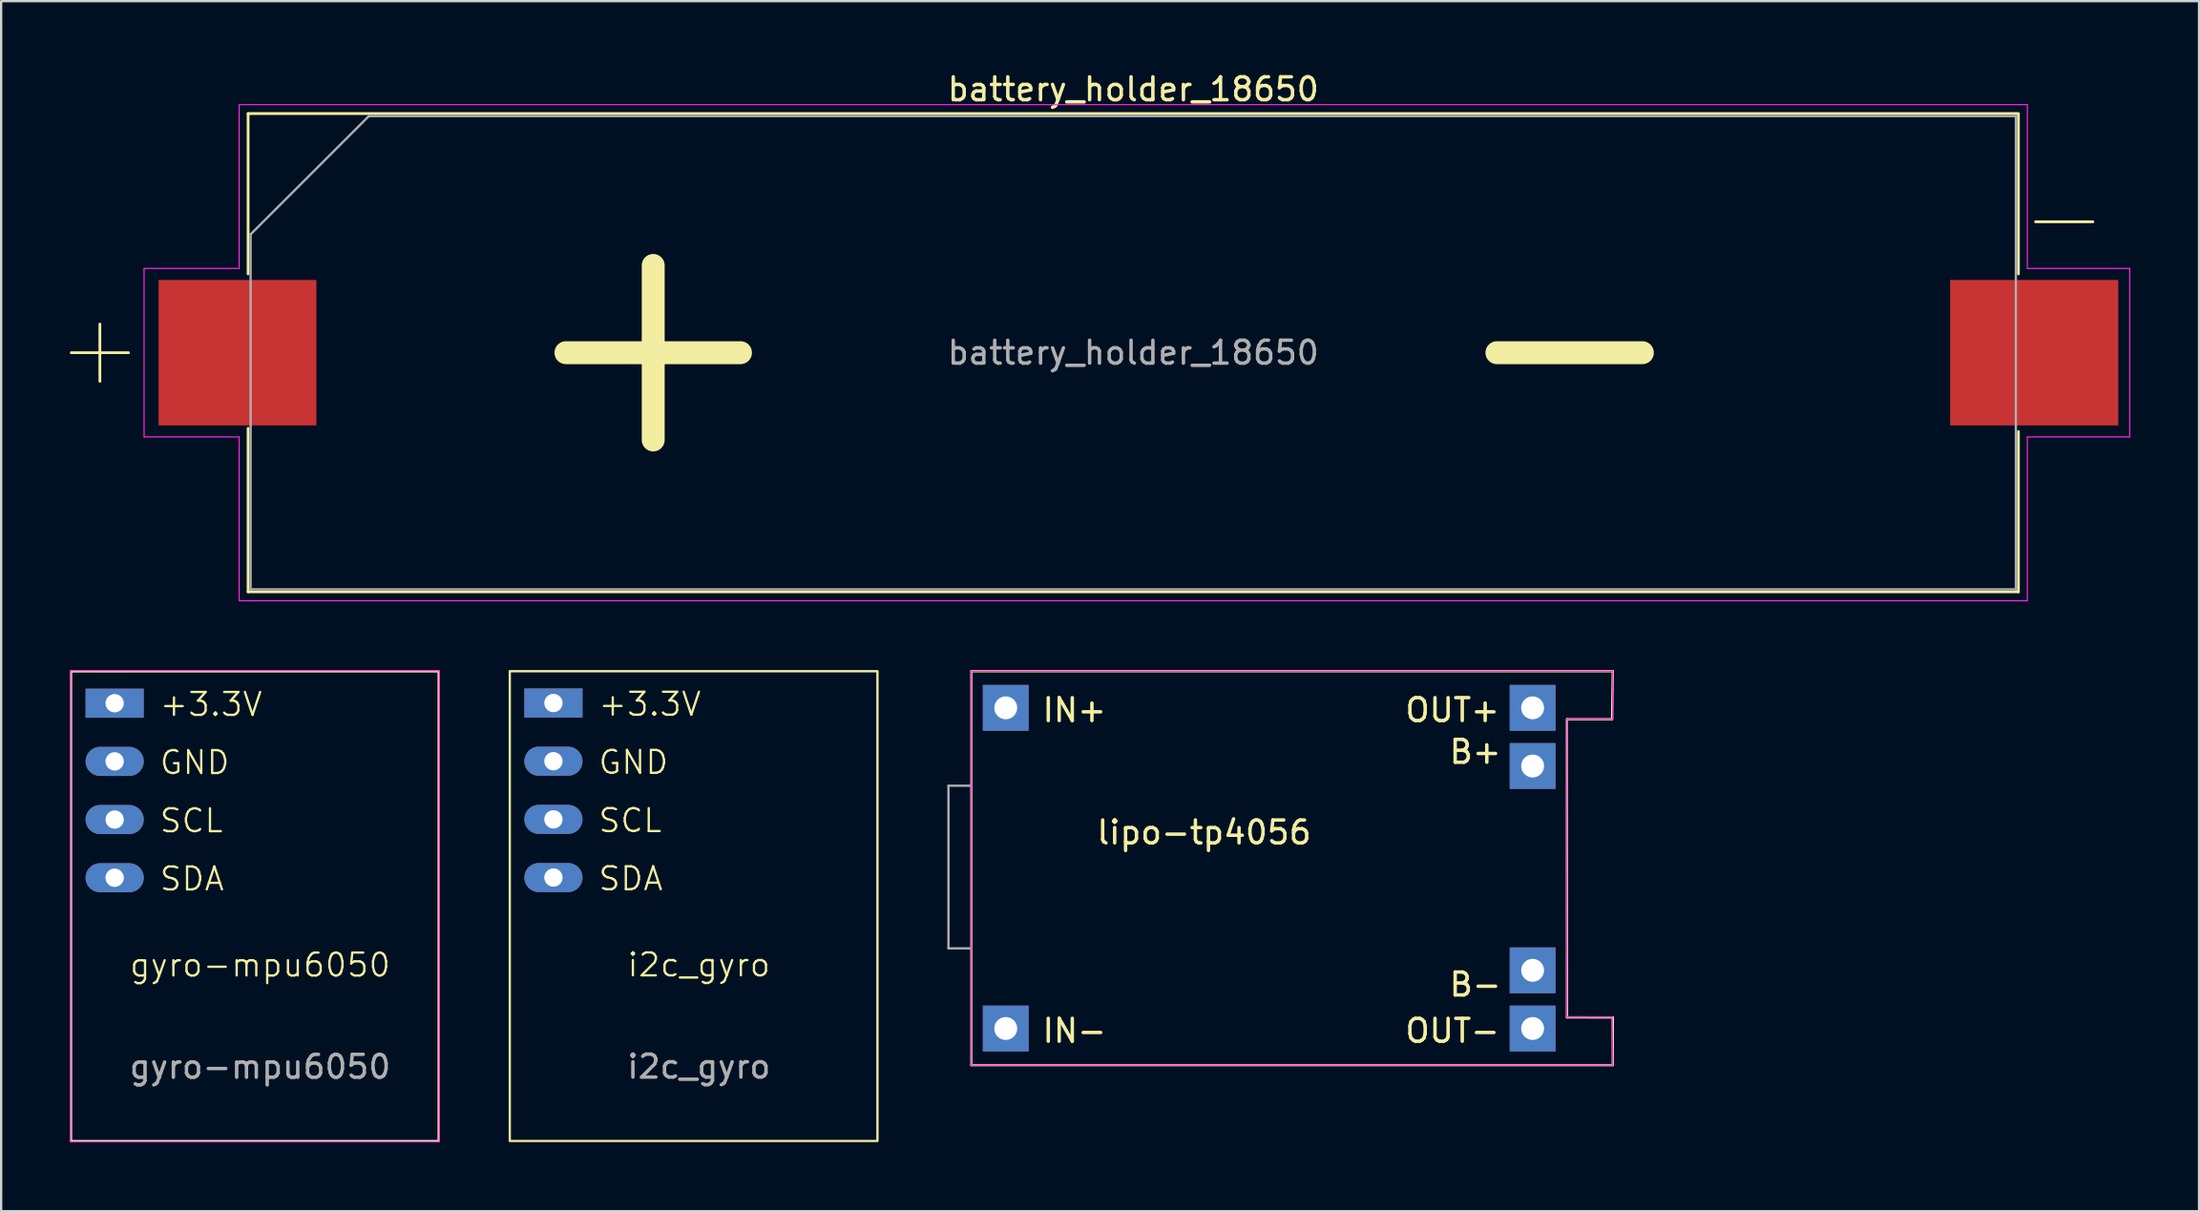
<source format=kicad_pcb>
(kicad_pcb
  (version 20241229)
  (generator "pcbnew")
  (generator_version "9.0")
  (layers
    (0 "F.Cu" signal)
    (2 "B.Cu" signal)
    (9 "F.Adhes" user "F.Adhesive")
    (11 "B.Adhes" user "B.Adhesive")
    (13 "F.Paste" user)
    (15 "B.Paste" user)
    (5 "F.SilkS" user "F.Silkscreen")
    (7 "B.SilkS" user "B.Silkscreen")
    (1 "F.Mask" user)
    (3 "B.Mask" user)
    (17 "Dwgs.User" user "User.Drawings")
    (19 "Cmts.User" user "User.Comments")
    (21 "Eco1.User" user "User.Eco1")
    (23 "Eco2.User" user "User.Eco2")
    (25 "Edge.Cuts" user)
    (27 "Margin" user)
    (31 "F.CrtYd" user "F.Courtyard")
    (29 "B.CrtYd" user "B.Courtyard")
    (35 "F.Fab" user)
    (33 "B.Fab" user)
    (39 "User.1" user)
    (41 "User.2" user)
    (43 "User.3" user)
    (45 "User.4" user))
  (footprint "lipo-tp4056"
    (layer "F.Cu")
    (at 53.505 34.853)
    (property "Reference" "lipo-tp4056" (at -3.991 -1.56 0) (unlocked yes) (layer "F.SilkS") (effects (font (size 1 1) (thickness 0.15))))
    (attr through_hole)
    (fp_line (start -14.151 -8.6) (end -14.151 8.6) (stroke (width 0.1) (type solid)) (layer "F.SilkS"))
    (fp_line (start -14.151 -8.6) (end 13.849 -8.6) (stroke (width 0.1) (type solid)) (layer "F.SilkS"))
    (fp_line (start -14.151 8.6) (end 13.849 8.6) (stroke (width 0.1) (type solid)) (layer "F.SilkS"))
    (fp_line (start 11.849 -6.502) (end 11.849 6.514) (stroke (width 0.1) (type default)) (layer "F.SilkS"))
    (fp_line (start 11.849 6.514) (end 13.849 6.518) (stroke (width 0.1) (type default)) (layer "F.SilkS"))
    (fp_line (start 13.818 -6.502) (end 11.868 -6.502) (stroke (width 0.1) (type default)) (layer "F.SilkS"))
    (fp_line (start 13.849 -8.6) (end 13.818 -6.502) (stroke (width 0.1) (type default)) (layer "F.SilkS"))
    (fp_line (start 13.849 8.6) (end 13.849 6.518) (stroke (width 0.1) (type default)) (layer "F.SilkS"))
    (fp_line (start -14.151 -8.6) (end 13.849 -8.6) (stroke (width 0.05) (type solid)) (layer "F.CrtYd"))
    (fp_line (start -14.151 8.6) (end -14.151 -8.6) (stroke (width 0.05) (type solid)) (layer "F.CrtYd"))
    (fp_line (start 11.862 -6.502) (end 11.836 6.502) (stroke (width 0.05) (type solid)) (layer "F.CrtYd"))
    (fp_line (start 13.818 6.502) (end 11.836 6.502) (stroke (width 0.05) (type solid)) (layer "F.CrtYd"))
    (fp_line (start 13.818 6.502) (end 13.849 8.6) (stroke (width 0.05) (type solid)) (layer "F.CrtYd"))
    (fp_line (start 13.843 -6.502) (end 11.862 -6.502) (stroke (width 0.05) (type solid)) (layer "F.CrtYd"))
    (fp_line (start 13.849 -8.6) (end 13.843 -6.502) (stroke (width 0.05) (type solid)) (layer "F.CrtYd"))
    (fp_line (start 13.849 8.6) (end -14.151 8.6) (stroke (width 0.05) (type solid)) (layer "F.CrtYd"))
    (fp_line (start -15.151 -3.6) (end -15.151 3.5) (stroke (width 0.1) (type solid)) (layer "F.Fab"))
    (fp_line (start -15.151 3.5) (end -14.151 3.5) (stroke (width 0.1) (type solid)) (layer "F.Fab"))
    (fp_line (start -14.151 -3.6) (end -15.151 -3.6) (stroke (width 0.1) (type solid)) (layer "F.Fab"))
    (fp_text user "IN+" (at -9.651 -6.9 0) (unlocked yes) (layer "F.SilkS") (effects (font (size 1 1) (thickness 0.15))))
    (fp_text user "B-" (at 7.849 5.08 0) (unlocked yes) (layer "F.SilkS") (effects (font (size 1 1) (thickness 0.15))))
    (fp_text user "OUT-" (at 6.849 7.1 0) (unlocked yes) (layer "F.SilkS") (effects (font (size 1 1) (thickness 0.15))))
    (fp_text user "IN-" (at -9.651 7.1 0) (unlocked yes) (layer "F.SilkS") (effects (font (size 1 1) (thickness 0.15))))
    (fp_text user "OUT+" (at 6.849 -6.9 0) (unlocked yes) (layer "F.SilkS") (effects (font (size 1 1) (thickness 0.15))))
    (fp_text user "B+" (at 7.849 -5.08 0) (unlocked yes) (layer "F.SilkS") (effects (font (size 1 1) (thickness 0.15))))
    (pad "1" thru_hole rect (at -12.651 -7) (size 2 2) (drill 1) (layers "*.Cu" "*.Mask"))
    (pad "2" thru_hole rect (at -12.651 7) (size 2 2) (drill 1) (layers "*.Cu" "*.Mask"))
    (pad "3" thru_hole rect (at 10.349 -7) (size 2 2) (drill 1) (layers "*.Cu" "*.Mask"))
    (pad "4" thru_hole rect (at 10.349 7) (size 2 2) (drill 1) (layers "*.Cu" "*.Mask"))
    (pad "5" thru_hole rect (at 10.349 -4.46) (size 2 2) (drill 1) (layers "*.Cu" "*.Mask"))
    (pad "6" thru_hole rect (at 10.349 4.46) (size 2 2) (drill 1) (layers "*.Cu" "*.Mask")))
  (footprint "battery_holder_18650"
    (layer "F.Cu")
    (at 46.42 12.348)
    (property "Reference" "battery_holder_18650" (at 0 -11.5 0) (layer "F.SilkS") (effects (font (size 1 1) (thickness 0.15))))
    (attr smd)
    (fp_line (start -46.36 0) (end -43.86 0) (stroke (width 0.12) (type solid)) (layer "F.SilkS"))
    (fp_line (start -45.11 1.25) (end -45.11 -1.25) (stroke (width 0.12) (type solid)) (layer "F.SilkS"))
    (fp_line (start -38.64 -10.44) (end -38.64 -3.44) (stroke (width 0.12) (type solid)) (layer "F.SilkS"))
    (fp_line (start -38.64 10.44) (end -38.64 3.302) (stroke (width 0.12) (type solid)) (layer "F.SilkS"))
    (fp_line (start -24.765 0) (end -17.145 0) (stroke (width 1) (type default)) (layer "F.SilkS"))
    (fp_line (start -20.955 -3.81) (end -20.955 3.81) (stroke (width 1) (type default)) (layer "F.SilkS"))
    (fp_line (start 15.875 0) (end 22.225 0) (stroke (width 1) (type default)) (layer "F.SilkS"))
    (fp_line (start 38.64 -10.44) (end -38.64 -10.44) (stroke (width 0.12) (type solid)) (layer "F.SilkS"))
    (fp_line (start 38.64 -3.44) (end 38.64 -10.42) (stroke (width 0.12) (type solid)) (layer "F.SilkS"))
    (fp_line (start 38.64 3.44) (end 38.64 10.44) (stroke (width 0.12) (type solid)) (layer "F.SilkS"))
    (fp_line (start 38.64 10.44) (end -38.64 10.44) (stroke (width 0.12) (type solid)) (layer "F.SilkS"))
    (fp_line (start 41.89 -5.715) (end 39.39 -5.715) (stroke (width 0.12) (type solid)) (layer "F.SilkS"))
    (fp_line (start -43.18 -3.68) (end -39.03 -3.68) (stroke (width 0.05) (type solid)) (layer "F.CrtYd"))
    (fp_line (start -43.18 3.68) (end -43.18 -3.68) (stroke (width 0.05) (type solid)) (layer "F.CrtYd"))
    (fp_line (start -39.03 -10.83) (end -39.03 -3.68) (stroke (width 0.05) (type solid)) (layer "F.CrtYd"))
    (fp_line (start -39.03 -10.83) (end 39.03 -10.83) (stroke (width 0.05) (type solid)) (layer "F.CrtYd"))
    (fp_line (start -39.03 3.68) (end -43.18 3.68) (stroke (width 0.05) (type solid)) (layer "F.CrtYd"))
    (fp_line (start -39.03 10.83) (end -39.03 3.68) (stroke (width 0.05) (type solid)) (layer "F.CrtYd"))
    (fp_line (start -39.03 10.83) (end 39.03 10.83) (stroke (width 0.05) (type solid)) (layer "F.CrtYd"))
    (fp_line (start 39.03 -10.83) (end 39.03 -3.68) (stroke (width 0.05) (type solid)) (layer "F.CrtYd"))
    (fp_line (start 39.03 3.68) (end 43.5 3.68) (stroke (width 0.05) (type solid)) (layer "F.CrtYd"))
    (fp_line (start 39.03 10.83) (end 39.03 3.68) (stroke (width 0.05) (type solid)) (layer "F.CrtYd"))
    (fp_line (start 43.5 -3.68) (end 39.03 -3.68) (stroke (width 0.05) (type solid)) (layer "F.CrtYd"))
    (fp_line (start 43.5 3.68) (end 43.5 -3.68) (stroke (width 0.05) (type solid)) (layer "F.CrtYd"))
    (fp_line (start -38.53 -5.168) (end -38.53 10.33) (stroke (width 0.1) (type solid)) (layer "F.Fab"))
    (fp_line (start -38.53 10.33) (end 38.53 10.33) (stroke (width 0.1) (type solid)) (layer "F.Fab"))
    (fp_line (start -33.367 -10.33) (end -38.53 -5.168) (stroke (width 0.1) (type solid)) (layer "F.Fab"))
    (fp_line (start -33.367 -10.33) (end 38.53 -10.33) (stroke (width 0.1) (type solid)) (layer "F.Fab"))
    (fp_line (start 38.53 -10.33) (end 38.53 10.33) (stroke (width 0.1) (type solid)) (layer "F.Fab"))
    (fp_text user "${REFERENCE}" (at 0 0 0) (layer "F.Fab") (effects (font (size 1 1) (thickness 0.15))))
    (pad "1" smd rect (at -39.102 0) (size 6.885 6.35) (layers "F.Cu" "F.Mask" "F.Paste"))
    (pad "2" smd rect (at 39.33 0) (size 7.34 6.35) (layers "F.Cu" "F.Mask" "F.Paste")))
  (footprint "gyro-mpu6050"
    (layer "F.Cu")
    (at 7.035 36.541)
    (property "Reference" "gyro-mpu6050" (at 1.27 2.54 0) (unlocked yes) (layer "F.SilkS") (effects (font (size 1 1) (thickness 0.1))))
    (attr through_hole)
    (fp_rect (start -6.985 -10.28) (end 9.065 10.23) (stroke (width 0.1) (type default)) (fill no) (layer "F.SilkS"))
    (fp_line (start -7.01 -10.312) (end -7.01 10.262) (stroke (width 0.05) (type default)) (layer "F.CrtYd"))
    (fp_line (start -7.01 10.262) (end 9.093 10.262) (stroke (width 0.05) (type default)) (layer "F.CrtYd"))
    (fp_line (start 9.093 -10.312) (end -7.01 -10.312) (stroke (width 0.05) (type default)) (layer "F.CrtYd"))
    (fp_line (start 9.093 10.262) (end 9.093 -10.312) (stroke (width 0.05) (type default)) (layer "F.CrtYd"))
    (fp_text user "SDA" (at -3.175 -0.635 0) (unlocked yes) (layer "F.SilkS") (effects (font (size 1 1) (thickness 0.1)) (justify left bottom)))
    (fp_text user "+3.3V" (at -3.175 -8.255 0) (unlocked yes) (layer "F.SilkS") (effects (font (size 1 1) (thickness 0.1)) (justify left bottom)))
    (fp_text user "SCL" (at -3.175 -3.175 0) (unlocked yes) (layer "F.SilkS") (effects (font (size 1 1) (thickness 0.1)) (justify left bottom)))
    (fp_text user "GND" (at -3.175 -5.715 0) (unlocked yes) (layer "F.SilkS") (effects (font (size 1 1) (thickness 0.1)) (justify left bottom)))
    (fp_text user "${REFERENCE}" (at 1.27 6.985 0) (unlocked yes) (layer "F.Fab") (effects (font (size 1 1) (thickness 0.15))))
    (pad "1" thru_hole rect (at -5.08 -8.89) (size 2.54 1.27) (drill 0.8) (layers "*.Cu" "*.Mask"))
    (pad "2" thru_hole oval (at -5.08 -6.35) (size 2.54 1.27) (drill 0.8) (layers "*.Cu" "*.Mask"))
    (pad "3" thru_hole oval (at -5.08 -3.81) (size 2.54 1.27) (drill 0.8) (layers "*.Cu" "*.Mask"))
    (pad "4" thru_hole oval (at -5.08 -1.27) (size 2.54 1.27) (drill 0.8) (layers "*.Cu" "*.Mask")))
  (footprint "i2c_gyro"
    (layer "F.Cu")
    (at 26.189 36.533)
    (property "Reference" "i2c_gyro" (at 1.27 2.54 0) (unlocked yes) (layer "F.SilkS") (effects (font (size 1 1) (thickness 0.1))))
    (attr through_hole)
    (fp_rect (start -6.985 -10.28) (end 9.065 10.23) (stroke (width 0.1) (type default)) (fill no) (layer "F.SilkS"))
    (fp_text user "GND" (at -3.175 -5.715 0) (unlocked yes) (layer "F.SilkS") (effects (font (size 1 1) (thickness 0.1)) (justify left bottom)))
    (fp_text user "+3.3V" (at -3.175 -8.255 0) (unlocked yes) (layer "F.SilkS") (effects (font (size 1 1) (thickness 0.1)) (justify left bottom)))
    (fp_text user "SDA" (at -3.175 -0.635 0) (unlocked yes) (layer "F.SilkS") (effects (font (size 1 1) (thickness 0.1)) (justify left bottom)))
    (fp_text user "SCL" (at -3.175 -3.175 0) (unlocked yes) (layer "F.SilkS") (effects (font (size 1 1) (thickness 0.1)) (justify left bottom)))
    (fp_text user "${REFERENCE}" (at 1.27 6.985 0) (unlocked yes) (layer "F.Fab") (effects (font (size 1 1) (thickness 0.15))))
    (pad "1" thru_hole rect (at -5.08 -8.89) (size 2.54 1.27) (drill 0.8) (layers "*.Cu" "*.Mask"))
    (pad "2" thru_hole oval (at -5.08 -6.35) (size 2.54 1.27) (drill 0.8) (layers "*.Cu" "*.Mask"))
    (pad "3" thru_hole oval (at -5.08 -3.81) (size 2.54 1.27) (drill 0.8) (layers "*.Cu" "*.Mask"))
    (pad "4" thru_hole oval (at -5.08 -1.27) (size 2.54 1.27) (drill 0.8) (layers "*.Cu" "*.Mask")))
  (gr_rect
    (start -3 -3)
    (end 92.945 49.827)
    (stroke (width 0.1) (type default))
    (fill no)
    (layer "Edge.Cuts")))
</source>
